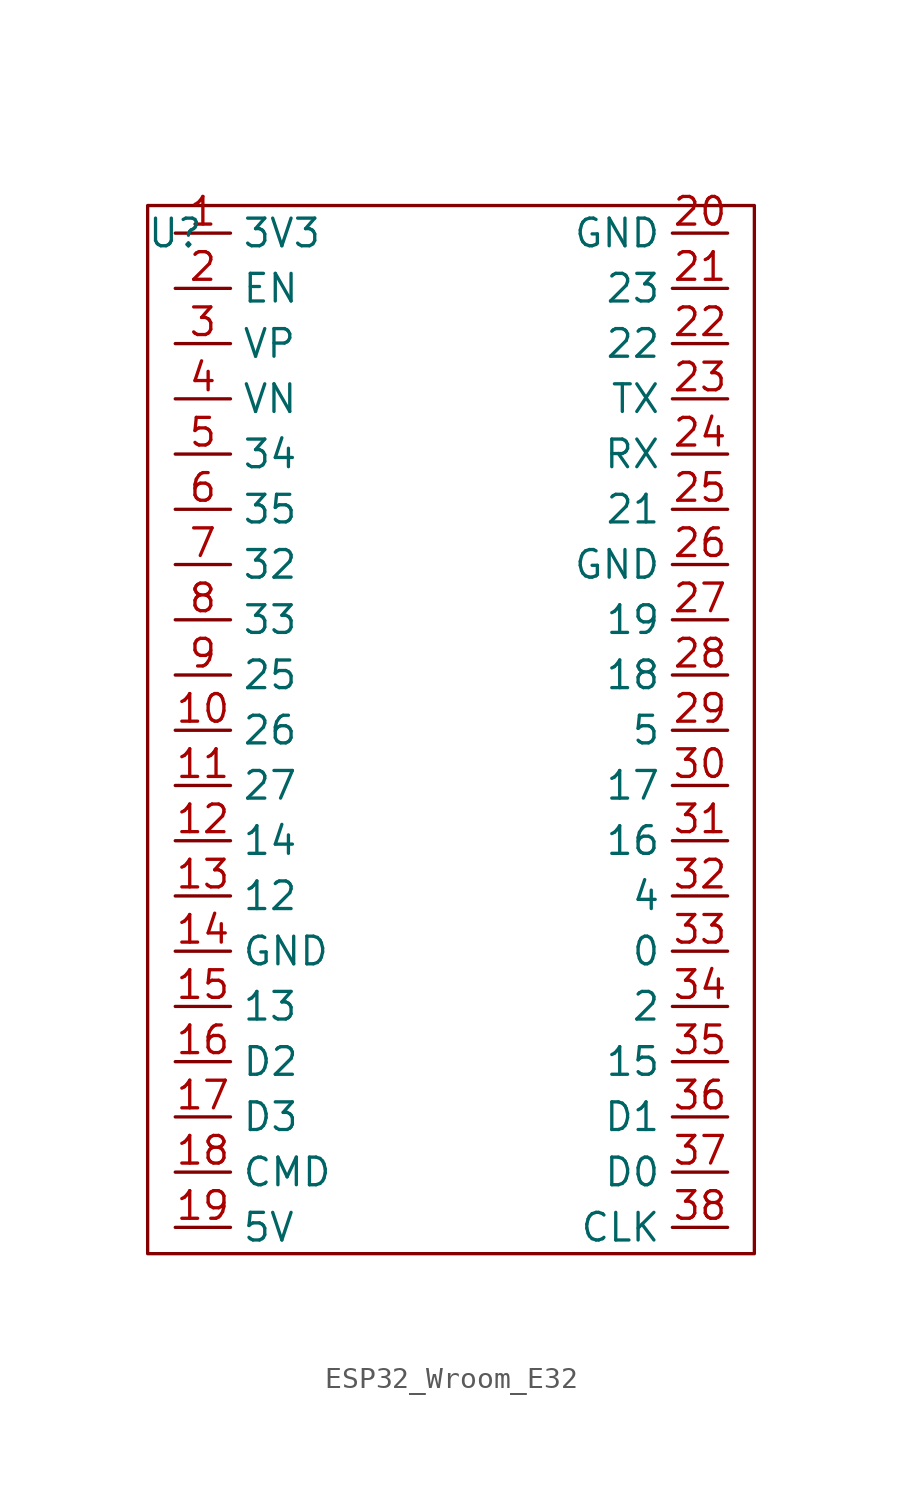
<source format=kicad_sym>
(kicad_symbol_lib
  (version 20231120)
  (generator "kicad_symbol_editor")
  (generator_version "8.0")
  (symbol "ESP32_Wroom_E32"
    (property "Reference" "U"
      (at 1.27 -1.27 0)
      (effects (font (size 1.27 1.27))))
    (property "Value" ""
      (at 1.27 -1.27 0)
      (effects (font (size 1.27 1.27))))
    (symbol "ESP32_Wroom_E32_0_1"
      (rectangle (start 0 0) (end 27.9 -48.2) (stroke (width 0) (type default)) (fill (type none))))
    (symbol "ESP32_Wroom_E32_1_1"
      (pin input line (at 1.27 -1.27 0) (length 2.54) (name "3V3" (effects (font (size 1.27 1.27)))) (number "1" (effects (font (size 1.27 1.27)))))
      (pin input line (at 1.27 -24.13 0) (length 2.54) (name "26" (effects (font (size 1.27 1.27)))) (number "10" (effects (font (size 1.27 1.27)))))
      (pin input line (at 1.27 -26.67 0) (length 2.54) (name "27" (effects (font (size 1.27 1.27)))) (number "11" (effects (font (size 1.27 1.27)))))
      (pin input line (at 1.27 -29.21 0) (length 2.54) (name "14" (effects (font (size 1.27 1.27)))) (number "12" (effects (font (size 1.27 1.27)))))
      (pin input line (at 1.27 -31.75 0) (length 2.54) (name "12" (effects (font (size 1.27 1.27)))) (number "13" (effects (font (size 1.27 1.27)))))
      (pin input line (at 1.27 -34.29 0) (length 2.54) (name "GND" (effects (font (size 1.27 1.27)))) (number "14" (effects (font (size 1.27 1.27)))))
      (pin input line (at 1.27 -36.83 0) (length 2.54) (name "13" (effects (font (size 1.27 1.27)))) (number "15" (effects (font (size 1.27 1.27)))))
      (pin input line (at 1.27 -39.37 0) (length 2.54) (name "D2" (effects (font (size 1.27 1.27)))) (number "16" (effects (font (size 1.27 1.27)))))
      (pin input line (at 1.27 -41.91 0) (length 2.54) (name "D3" (effects (font (size 1.27 1.27)))) (number "17" (effects (font (size 1.27 1.27)))))
      (pin input line (at 1.27 -44.45 0) (length 2.54) (name "CMD" (effects (font (size 1.27 1.27)))) (number "18" (effects (font (size 1.27 1.27)))))
      (pin input line (at 1.27 -46.99 0) (length 2.54) (name "5V" (effects (font (size 1.27 1.27)))) (number "19" (effects (font (size 1.27 1.27)))))
      (pin input line (at 1.27 -3.81 0) (length 2.54) (name "EN" (effects (font (size 1.27 1.27)))) (number "2" (effects (font (size 1.27 1.27)))))
      (pin input line (at 26.67 -1.27 180) (length 2.54) (name "GND" (effects (font (size 1.27 1.27)))) (number "20" (effects (font (size 1.27 1.27)))))
      (pin input line (at 26.67 -3.81 180) (length 2.54) (name "23" (effects (font (size 1.27 1.27)))) (number "21" (effects (font (size 1.27 1.27)))))
      (pin input line (at 26.67 -6.35 180) (length 2.54) (name "22" (effects (font (size 1.27 1.27)))) (number "22" (effects (font (size 1.27 1.27)))))
      (pin input line (at 26.67 -8.89 180) (length 2.54) (name "TX" (effects (font (size 1.27 1.27)))) (number "23" (effects (font (size 1.27 1.27)))))
      (pin input line (at 26.67 -11.43 180) (length 2.54) (name "RX" (effects (font (size 1.27 1.27)))) (number "24" (effects (font (size 1.27 1.27)))))
      (pin input line (at 26.67 -13.97 180) (length 2.54) (name "21" (effects (font (size 1.27 1.27)))) (number "25" (effects (font (size 1.27 1.27)))))
      (pin input line (at 26.67 -16.51 180) (length 2.54) (name "GND" (effects (font (size 1.27 1.27)))) (number "26" (effects (font (size 1.27 1.27)))))
      (pin input line (at 26.67 -19.05 180) (length 2.54) (name "19" (effects (font (size 1.27 1.27)))) (number "27" (effects (font (size 1.27 1.27)))))
      (pin input line (at 26.67 -21.59 180) (length 2.54) (name "18" (effects (font (size 1.27 1.27)))) (number "28" (effects (font (size 1.27 1.27)))))
      (pin input line (at 26.67 -24.13 180) (length 2.54) (name "5" (effects (font (size 1.27 1.27)))) (number "29" (effects (font (size 1.27 1.27)))))
      (pin input line (at 1.27 -6.35 0) (length 2.54) (name "VP" (effects (font (size 1.27 1.27)))) (number "3" (effects (font (size 1.27 1.27)))))
      (pin input line (at 26.67 -26.67 180) (length 2.54) (name "17" (effects (font (size 1.27 1.27)))) (number "30" (effects (font (size 1.27 1.27)))))
      (pin input line (at 26.67 -29.21 180) (length 2.54) (name "16" (effects (font (size 1.27 1.27)))) (number "31" (effects (font (size 1.27 1.27)))))
      (pin input line (at 26.67 -31.75 180) (length 2.54) (name "4" (effects (font (size 1.27 1.27)))) (number "32" (effects (font (size 1.27 1.27)))))
      (pin input line (at 26.67 -34.29 180) (length 2.54) (name "0" (effects (font (size 1.27 1.27)))) (number "33" (effects (font (size 1.27 1.27)))))
      (pin input line (at 26.67 -36.83 180) (length 2.54) (name "2" (effects (font (size 1.27 1.27)))) (number "34" (effects (font (size 1.27 1.27)))))
      (pin input line (at 26.67 -39.37 180) (length 2.54) (name "15" (effects (font (size 1.27 1.27)))) (number "35" (effects (font (size 1.27 1.27)))))
      (pin input line (at 26.67 -41.91 180) (length 2.54) (name "D1" (effects (font (size 1.27 1.27)))) (number "36" (effects (font (size 1.27 1.27)))))
      (pin input line (at 26.67 -44.45 180) (length 2.54) (name "D0" (effects (font (size 1.27 1.27)))) (number "37" (effects (font (size 1.27 1.27)))))
      (pin input line (at 26.67 -46.99 180) (length 2.54) (name "CLK" (effects (font (size 1.27 1.27)))) (number "38" (effects (font (size 1.27 1.27)))))
      (pin input line (at 1.27 -8.89 0) (length 2.54) (name "VN" (effects (font (size 1.27 1.27)))) (number "4" (effects (font (size 1.27 1.27)))))
      (pin input line (at 1.27 -11.43 0) (length 2.54) (name "34" (effects (font (size 1.27 1.27)))) (number "5" (effects (font (size 1.27 1.27)))))
      (pin input line (at 1.27 -13.97 0) (length 2.54) (name "35" (effects (font (size 1.27 1.27)))) (number "6" (effects (font (size 1.27 1.27)))))
      (pin input line (at 1.27 -16.51 0) (length 2.54) (name "32" (effects (font (size 1.27 1.27)))) (number "7" (effects (font (size 1.27 1.27)))))
      (pin input line (at 1.27 -19.05 0) (length 2.54) (name "33" (effects (font (size 1.27 1.27)))) (number "8" (effects (font (size 1.27 1.27)))))
      (pin input line (at 1.27 -21.59 0) (length 2.54) (name "25" (effects (font (size 1.27 1.27)))) (number "9" (effects (font (size 1.27 1.27))))))))
</source>
